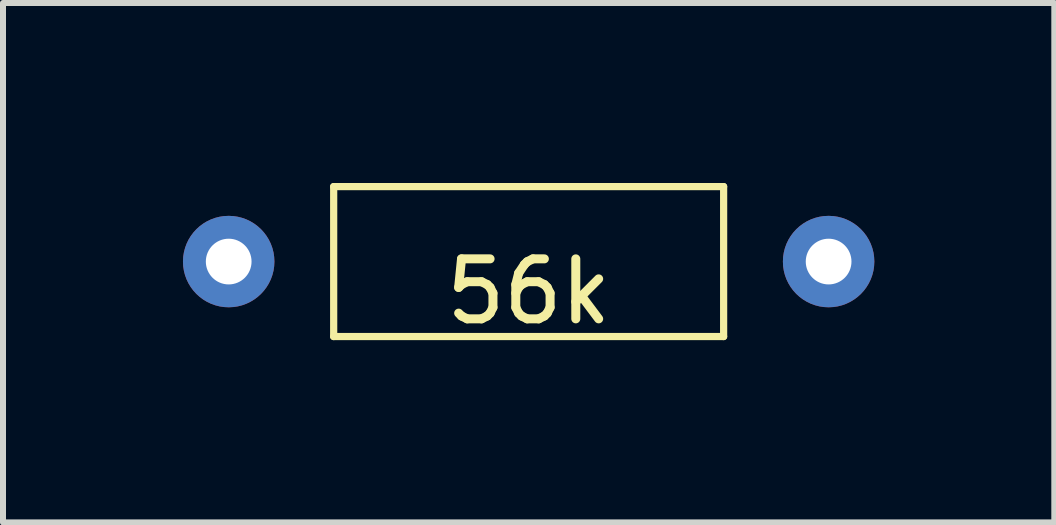
<source format=kicad_pcb>
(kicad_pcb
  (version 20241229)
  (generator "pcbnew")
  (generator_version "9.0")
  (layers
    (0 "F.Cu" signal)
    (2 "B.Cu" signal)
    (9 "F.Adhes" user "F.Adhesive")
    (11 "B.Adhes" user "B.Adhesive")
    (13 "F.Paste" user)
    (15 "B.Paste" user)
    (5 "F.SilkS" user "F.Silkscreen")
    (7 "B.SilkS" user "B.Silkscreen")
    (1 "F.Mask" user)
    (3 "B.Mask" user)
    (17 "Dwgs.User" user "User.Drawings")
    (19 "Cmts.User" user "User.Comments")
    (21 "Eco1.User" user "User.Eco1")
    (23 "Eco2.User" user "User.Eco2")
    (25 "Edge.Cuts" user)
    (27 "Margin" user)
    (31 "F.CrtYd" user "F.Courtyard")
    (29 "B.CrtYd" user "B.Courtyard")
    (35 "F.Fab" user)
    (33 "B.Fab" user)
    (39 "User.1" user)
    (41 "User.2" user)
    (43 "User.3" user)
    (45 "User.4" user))
  (footprint "56k"
    (layer "F.Cu")
    (at 5.762 1.31)
    (property "Reference" "56k" (at 0 0.5 0) (layer "F.SilkS") (effects (font (size 1 1) (thickness 0.15))))
    (attr through_hole)
    (fp_line (start -3.25 -1.25) (end 3.25 -1.25) (stroke (width 0.12) (type solid)) (layer "F.SilkS"))
    (fp_line (start -3.25 1.25) (end -3.25 -1.25) (stroke (width 0.12) (type solid)) (layer "F.SilkS"))
    (fp_line (start 3.25 -1.25) (end 3.25 1.25) (stroke (width 0.12) (type solid)) (layer "F.SilkS"))
    (fp_line (start 3.25 1.25) (end -3.25 1.25) (stroke (width 0.12) (type solid)) (layer "F.SilkS"))
    (pad "1" thru_hole circle (at -5 0) (size 1.524 1.524) (drill 0.762) (layers "*.Cu" "*.Mask"))
    (pad "2" thru_hole circle (at 5 0) (size 1.524 1.524) (drill 0.762) (layers "*.Cu" "*.Mask")))
  (gr_rect
    (start -3 -3)
    (end 14.524 5.658)
    (stroke (width 0.1) (type default))
    (fill no)
    (layer "Edge.Cuts")))
</source>
